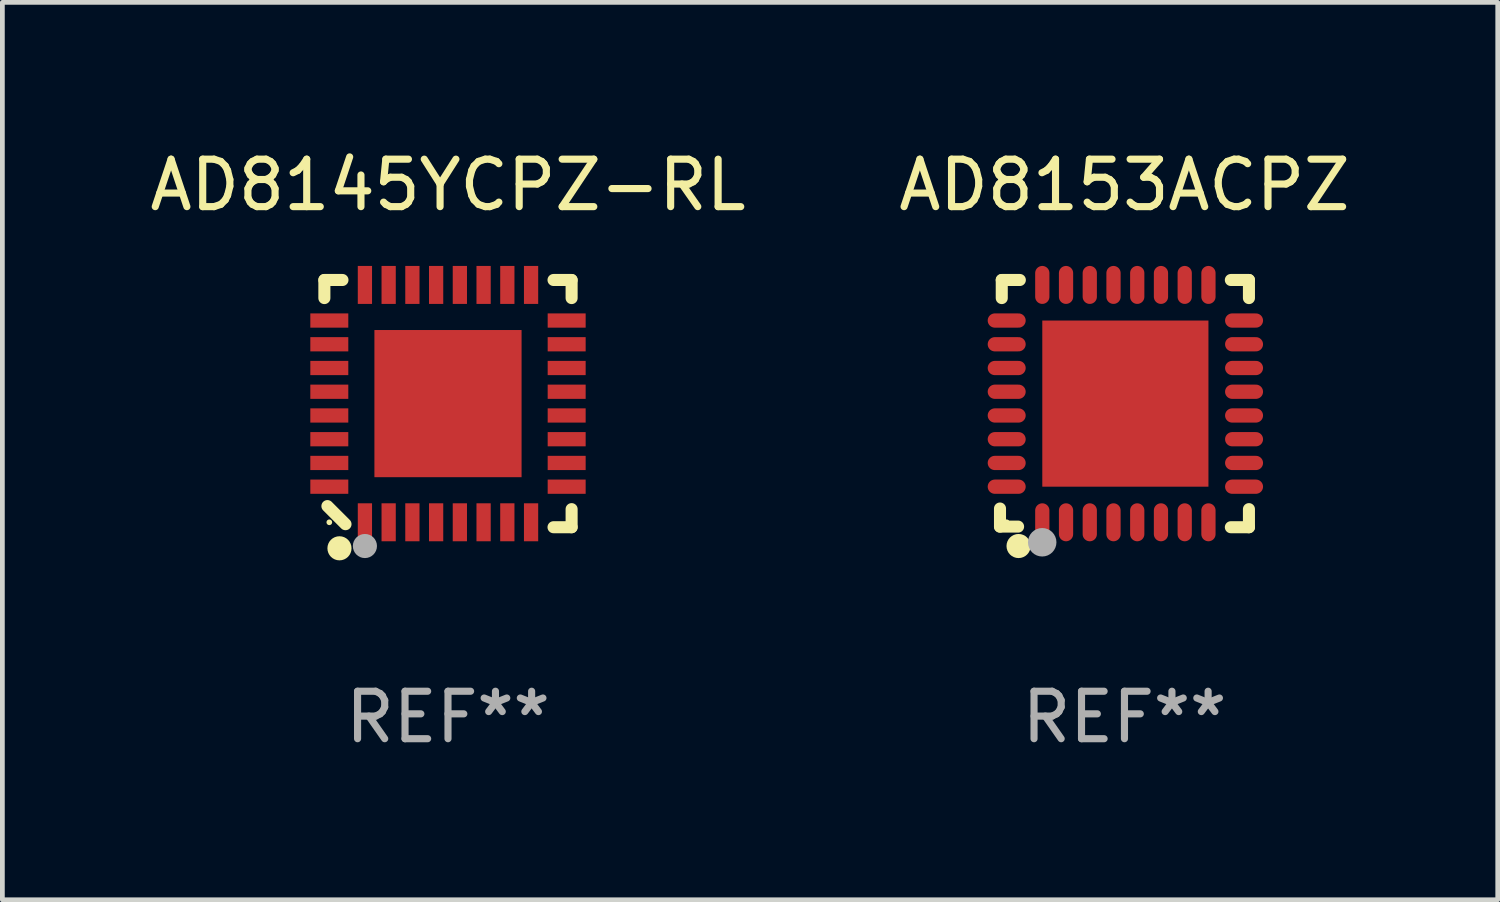
<source format=kicad_pcb>
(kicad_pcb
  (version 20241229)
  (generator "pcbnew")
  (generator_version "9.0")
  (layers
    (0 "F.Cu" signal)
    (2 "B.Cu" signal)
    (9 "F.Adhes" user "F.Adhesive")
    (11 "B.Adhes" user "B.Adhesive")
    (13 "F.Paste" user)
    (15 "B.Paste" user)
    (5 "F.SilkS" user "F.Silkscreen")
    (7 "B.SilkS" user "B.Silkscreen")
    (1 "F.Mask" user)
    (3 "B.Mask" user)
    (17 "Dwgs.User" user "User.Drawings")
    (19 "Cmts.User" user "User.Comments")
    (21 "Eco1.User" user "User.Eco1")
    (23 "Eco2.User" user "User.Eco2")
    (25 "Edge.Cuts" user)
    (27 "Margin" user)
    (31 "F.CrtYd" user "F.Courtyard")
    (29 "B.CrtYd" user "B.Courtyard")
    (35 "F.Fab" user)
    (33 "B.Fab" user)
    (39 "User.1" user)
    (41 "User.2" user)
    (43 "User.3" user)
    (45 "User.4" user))
  (footprint "AD8145YCPZ-RL"
    (layer "F.Cu")
    (at 6.387 5.452)
    (property "Reference" "AD8145YCPZ-RL" (at 0 -4.604 0) (layer "F.SilkS") (effects (font (size 1 1) (thickness 0.15))))
    (attr through_hole)
    (fp_line (start -2.604 -2.604) (end -2.604 -2.223) (stroke (width 0.254) (type solid)) (layer "F.SilkS"))
    (fp_line (start -2.54 2.159) (end -2.159 2.54) (stroke (width 0.254) (type solid)) (layer "F.SilkS"))
    (fp_line (start -2.223 -2.604) (end -2.604 -2.604) (stroke (width 0.254) (type solid)) (layer "F.SilkS"))
    (fp_line (start 2.223 2.604) (end 2.604 2.604) (stroke (width 0.254) (type solid)) (layer "F.SilkS"))
    (fp_line (start 2.604 -2.604) (end 2.223 -2.604) (stroke (width 0.254) (type solid)) (layer "F.SilkS"))
    (fp_line (start 2.604 -2.223) (end 2.604 -2.604) (stroke (width 0.254) (type solid)) (layer "F.SilkS"))
    (fp_line (start 2.604 2.604) (end 2.604 2.223) (stroke (width 0.254) (type solid)) (layer "F.SilkS"))
    (fp_circle (center -2.5 2.5) (end -2.47 2.5) (stroke (width 0.06) (type solid)) (fill no) (layer "F.SilkS"))
    (fp_circle (center -2.286 3.048) (end -2.159 3.048) (stroke (width 0.254) (type solid)) (fill no) (layer "F.SilkS"))
    (fp_circle (center -1.75 3) (end -1.623 3) (stroke (width 0.254) (type solid)) (fill no) (layer "F.Fab"))
    (fp_text user "REF**" (at 0 6.604 0) (layer "F.Fab") (effects (font (size 1 1) (thickness 0.15))))
    (pad "1" smd rect (at -1.75 2.5) (size 0.3 0.8) (layers "F.Cu" "F.Mask" "F.Paste"))
    (pad "2" smd rect (at -1.25 2.5) (size 0.3 0.8) (layers "F.Cu" "F.Mask" "F.Paste"))
    (pad "3" smd rect (at -0.75 2.5) (size 0.3 0.8) (layers "F.Cu" "F.Mask" "F.Paste"))
    (pad "4" smd rect (at -0.25 2.5) (size 0.3 0.8) (layers "F.Cu" "F.Mask" "F.Paste"))
    (pad "5" smd rect (at 0.25 2.5) (size 0.3 0.8) (layers "F.Cu" "F.Mask" "F.Paste"))
    (pad "6" smd rect (at 0.75 2.5) (size 0.3 0.8) (layers "F.Cu" "F.Mask" "F.Paste"))
    (pad "7" smd rect (at 1.25 2.5) (size 0.3 0.8) (layers "F.Cu" "F.Mask" "F.Paste"))
    (pad "8" smd rect (at 1.75 2.5) (size 0.3 0.8) (layers "F.Cu" "F.Mask" "F.Paste"))
    (pad "9" smd rect (at 2.5 1.75) (size 0.8 0.3) (layers "F.Cu" "F.Mask" "F.Paste"))
    (pad "10" smd rect (at 2.5 1.25) (size 0.8 0.3) (layers "F.Cu" "F.Mask" "F.Paste"))
    (pad "11" smd rect (at 2.5 0.75) (size 0.8 0.3) (layers "F.Cu" "F.Mask" "F.Paste"))
    (pad "12" smd rect (at 2.5 0.25) (size 0.8 0.3) (layers "F.Cu" "F.Mask" "F.Paste"))
    (pad "13" smd rect (at 2.5 -0.25) (size 0.8 0.3) (layers "F.Cu" "F.Mask" "F.Paste"))
    (pad "14" smd rect (at 2.5 -0.75) (size 0.8 0.3) (layers "F.Cu" "F.Mask" "F.Paste"))
    (pad "15" smd rect (at 2.5 -1.25) (size 0.8 0.3) (layers "F.Cu" "F.Mask" "F.Paste"))
    (pad "16" smd rect (at 2.5 -1.75) (size 0.8 0.3) (layers "F.Cu" "F.Mask" "F.Paste"))
    (pad "17" smd rect (at 1.75 -2.5) (size 0.3 0.8) (layers "F.Cu" "F.Mask" "F.Paste"))
    (pad "18" smd rect (at 1.25 -2.5) (size 0.3 0.8) (layers "F.Cu" "F.Mask" "F.Paste"))
    (pad "19" smd rect (at 0.75 -2.5) (size 0.3 0.8) (layers "F.Cu" "F.Mask" "F.Paste"))
    (pad "20" smd rect (at 0.25 -2.5) (size 0.3 0.8) (layers "F.Cu" "F.Mask" "F.Paste"))
    (pad "21" smd rect (at -0.25 -2.5) (size 0.3 0.8) (layers "F.Cu" "F.Mask" "F.Paste"))
    (pad "22" smd rect (at -0.75 -2.5) (size 0.3 0.8) (layers "F.Cu" "F.Mask" "F.Paste"))
    (pad "23" smd rect (at -1.25 -2.5) (size 0.3 0.8) (layers "F.Cu" "F.Mask" "F.Paste"))
    (pad "24" smd rect (at -1.75 -2.5) (size 0.3 0.8) (layers "F.Cu" "F.Mask" "F.Paste"))
    (pad "25" smd rect (at -2.5 -1.75) (size 0.8 0.3) (layers "F.Cu" "F.Mask" "F.Paste"))
    (pad "26" smd rect (at -2.5 -1.25) (size 0.8 0.3) (layers "F.Cu" "F.Mask" "F.Paste"))
    (pad "27" smd rect (at -2.5 -0.75) (size 0.8 0.3) (layers "F.Cu" "F.Mask" "F.Paste"))
    (pad "28" smd rect (at -2.5 -0.25) (size 0.8 0.3) (layers "F.Cu" "F.Mask" "F.Paste"))
    (pad "29" smd rect (at -2.5 0.25) (size 0.8 0.3) (layers "F.Cu" "F.Mask" "F.Paste"))
    (pad "30" smd rect (at -2.5 0.75) (size 0.8 0.3) (layers "F.Cu" "F.Mask" "F.Paste"))
    (pad "31" smd rect (at -2.5 1.25) (size 0.8 0.3) (layers "F.Cu" "F.Mask" "F.Paste"))
    (pad "32" smd rect (at -2.5 1.75) (size 0.8 0.3) (layers "F.Cu" "F.Mask" "F.Paste"))
    (pad "33" smd rect (at 0 -0.000025) (size 3.1 3.1) (layers "F.Cu" "F.Mask" "F.Paste")))
  (footprint "AD8153ACPZ"
    (layer "F.Cu")
    (at 20.637 5.452)
    (property "Reference" "AD8153ACPZ" (at 0 -4.604 0) (layer "F.SilkS") (effects (font (size 1 1) (thickness 0.15))))
    (attr through_hole)
    (fp_line (start -2.622 2.21) (end -2.622 2.591) (stroke (width 0.254) (type solid)) (layer "F.SilkS"))
    (fp_line (start -2.622 2.591) (end -2.241 2.591) (stroke (width 0.254) (type solid)) (layer "F.SilkS"))
    (fp_line (start -2.585 -2.604) (end -2.585 -2.223) (stroke (width 0.254) (type solid)) (layer "F.SilkS"))
    (fp_line (start -2.204 -2.604) (end -2.585 -2.604) (stroke (width 0.254) (type solid)) (layer "F.SilkS"))
    (fp_line (start 2.241 2.604) (end 2.622 2.604) (stroke (width 0.254) (type solid)) (layer "F.SilkS"))
    (fp_line (start 2.622 -2.604) (end 2.241 -2.604) (stroke (width 0.254) (type solid)) (layer "F.SilkS"))
    (fp_line (start 2.622 -2.223) (end 2.622 -2.604) (stroke (width 0.254) (type solid)) (layer "F.SilkS"))
    (fp_line (start 2.622 2.604) (end 2.622 2.223) (stroke (width 0.254) (type solid)) (layer "F.SilkS"))
    (fp_circle (center -2.481 2.5) (end -2.451 2.5) (stroke (width 0.06) (type solid)) (fill no) (layer "F.SilkS"))
    (fp_circle (center -2.231 3) (end -2.104 3) (stroke (width 0.254) (type solid)) (fill no) (layer "F.SilkS"))
    (fp_circle (center -1.733 2.921) (end -1.583 2.921) (stroke (width 0.3) (type solid)) (fill no) (layer "F.Fab"))
    (fp_text user "REF**" (at 0 6.604 0) (layer "F.Fab") (effects (font (size 1 1) (thickness 0.15))))
    (pad "1" smd oval (at -1.731 2.5 90) (size 0.8 0.3) (layers "F.Cu" "F.Mask" "F.Paste"))
    (pad "2" smd oval (at -1.231 2.5 90) (size 0.8 0.3) (layers "F.Cu" "F.Mask" "F.Paste"))
    (pad "3" smd oval (at -0.731 2.5 90) (size 0.8 0.3) (layers "F.Cu" "F.Mask" "F.Paste"))
    (pad "4" smd oval (at -0.231 2.5 90) (size 0.8 0.3) (layers "F.Cu" "F.Mask" "F.Paste"))
    (pad "5" smd oval (at 0.269 2.5 90) (size 0.8 0.3) (layers "F.Cu" "F.Mask" "F.Paste"))
    (pad "6" smd oval (at 0.769 2.5 90) (size 0.8 0.3) (layers "F.Cu" "F.Mask" "F.Paste"))
    (pad "7" smd oval (at 1.269 2.5 90) (size 0.8 0.3) (layers "F.Cu" "F.Mask" "F.Paste"))
    (pad "8" smd oval (at 1.769 2.5 90) (size 0.8 0.3) (layers "F.Cu" "F.Mask" "F.Paste"))
    (pad "9" smd oval (at 2.519 1.75 180) (size 0.8 0.3) (layers "F.Cu" "F.Mask" "F.Paste"))
    (pad "10" smd oval (at 2.519 1.25 180) (size 0.8 0.3) (layers "F.Cu" "F.Mask" "F.Paste"))
    (pad "11" smd oval (at 2.519 0.75 180) (size 0.8 0.3) (layers "F.Cu" "F.Mask" "F.Paste"))
    (pad "12" smd oval (at 2.519 0.25 180) (size 0.8 0.3) (layers "F.Cu" "F.Mask" "F.Paste"))
    (pad "13" smd oval (at 2.519 -0.25 180) (size 0.8 0.3) (layers "F.Cu" "F.Mask" "F.Paste"))
    (pad "14" smd oval (at 2.519 -0.75 180) (size 0.8 0.3) (layers "F.Cu" "F.Mask" "F.Paste"))
    (pad "15" smd oval (at 2.519 -1.25 180) (size 0.8 0.3) (layers "F.Cu" "F.Mask" "F.Paste"))
    (pad "16" smd oval (at 2.519 -1.75 180) (size 0.8 0.3) (layers "F.Cu" "F.Mask" "F.Paste"))
    (pad "17" smd oval (at 1.769 -2.5 270) (size 0.8 0.3) (layers "F.Cu" "F.Mask" "F.Paste"))
    (pad "18" smd oval (at 1.269 -2.5 270) (size 0.8 0.3) (layers "F.Cu" "F.Mask" "F.Paste"))
    (pad "19" smd oval (at 0.769 -2.5 270) (size 0.8 0.3) (layers "F.Cu" "F.Mask" "F.Paste"))
    (pad "20" smd oval (at 0.269 -2.5 270) (size 0.8 0.3) (layers "F.Cu" "F.Mask" "F.Paste"))
    (pad "21" smd oval (at -0.231 -2.5 270) (size 0.8 0.3) (layers "F.Cu" "F.Mask" "F.Paste"))
    (pad "22" smd oval (at -0.731 -2.5 270) (size 0.8 0.3) (layers "F.Cu" "F.Mask" "F.Paste"))
    (pad "23" smd oval (at -1.231 -2.5 270) (size 0.8 0.3) (layers "F.Cu" "F.Mask" "F.Paste"))
    (pad "24" smd oval (at -1.731 -2.5 270) (size 0.8 0.3) (layers "F.Cu" "F.Mask" "F.Paste"))
    (pad "25" smd oval (at -2.481 -1.75) (size 0.8 0.3) (layers "F.Cu" "F.Mask" "F.Paste"))
    (pad "26" smd oval (at -2.481 -1.25) (size 0.8 0.3) (layers "F.Cu" "F.Mask" "F.Paste"))
    (pad "27" smd oval (at -2.481 -0.75) (size 0.8 0.3) (layers "F.Cu" "F.Mask" "F.Paste"))
    (pad "28" smd oval (at -2.481 -0.25) (size 0.8 0.3) (layers "F.Cu" "F.Mask" "F.Paste"))
    (pad "29" smd oval (at -2.481 0.25) (size 0.8 0.3) (layers "F.Cu" "F.Mask" "F.Paste"))
    (pad "30" smd oval (at -2.481 0.75) (size 0.8 0.3) (layers "F.Cu" "F.Mask" "F.Paste"))
    (pad "31" smd oval (at -2.481 1.25) (size 0.8 0.3) (layers "F.Cu" "F.Mask" "F.Paste"))
    (pad "32" smd oval (at -2.481 1.75) (size 0.8 0.3) (layers "F.Cu" "F.Mask" "F.Paste"))
    (pad "33" smd rect (at 0.019 -0.000025 90) (size 3.5 3.5) (layers "F.Cu" "F.Mask" "F.Paste")))
  (gr_rect
    (start -3 -3)
    (end 28.5 15.904)
    (stroke (width 0.1) (type default))
    (fill no)
    (layer "Edge.Cuts")))
</source>
